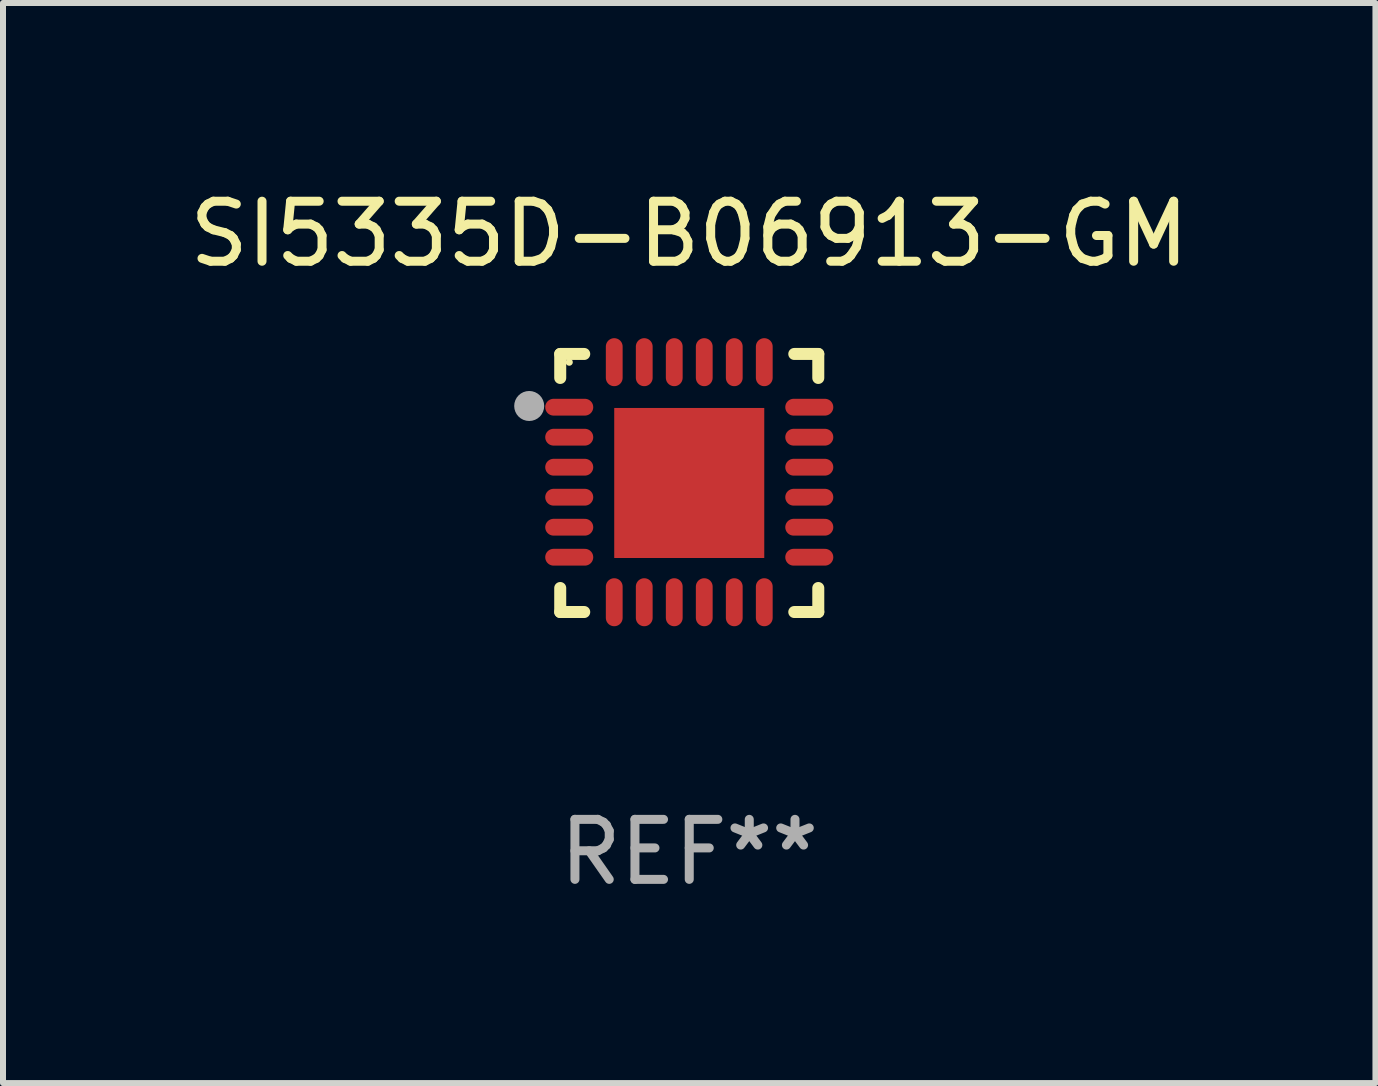
<source format=kicad_pcb>
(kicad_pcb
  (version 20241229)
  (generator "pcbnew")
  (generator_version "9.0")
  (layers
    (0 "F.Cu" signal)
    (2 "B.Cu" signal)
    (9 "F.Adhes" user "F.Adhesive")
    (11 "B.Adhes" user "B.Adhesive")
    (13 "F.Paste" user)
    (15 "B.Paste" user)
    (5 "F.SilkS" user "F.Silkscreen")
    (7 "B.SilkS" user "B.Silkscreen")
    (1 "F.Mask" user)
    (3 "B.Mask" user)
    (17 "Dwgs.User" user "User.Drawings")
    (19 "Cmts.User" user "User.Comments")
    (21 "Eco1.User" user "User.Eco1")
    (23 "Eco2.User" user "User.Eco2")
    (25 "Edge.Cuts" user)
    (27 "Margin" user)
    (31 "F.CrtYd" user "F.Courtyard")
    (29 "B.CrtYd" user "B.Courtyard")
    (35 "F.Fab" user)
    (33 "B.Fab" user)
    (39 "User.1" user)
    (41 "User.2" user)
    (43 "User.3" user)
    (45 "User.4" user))
  (footprint "SI5335D-B06913-GM"
    (layer "F.Cu")
    (at 8.435 4.998)
    (property "Reference" "SI5335D-B06913-GM" (at 0 -4.15 0) (layer "F.SilkS") (effects (font (size 1 1) (thickness 0.15))))
    (attr through_hole)
    (fp_line (start -2.15 -2.15) (end -1.75 -2.15) (stroke (width 0.2) (type solid)) (layer "F.SilkS"))
    (fp_line (start -2.15 -1.75) (end -2.15 -2.15) (stroke (width 0.2) (type solid)) (layer "F.SilkS"))
    (fp_line (start -2.15 2.15) (end -2.15 1.75) (stroke (width 0.2) (type solid)) (layer "F.SilkS"))
    (fp_line (start -1.75 2.15) (end -2.15 2.15) (stroke (width 0.2) (type solid)) (layer "F.SilkS"))
    (fp_line (start 1.75 -2.15) (end 2.15 -2.15) (stroke (width 0.2) (type solid)) (layer "F.SilkS"))
    (fp_line (start 1.75 2.15) (end 2.15 2.15) (stroke (width 0.2) (type solid)) (layer "F.SilkS"))
    (fp_line (start 2.15 -2.15) (end 2.15 -1.75) (stroke (width 0.2) (type solid)) (layer "F.SilkS"))
    (fp_line (start 2.15 2.15) (end 2.15 1.75) (stroke (width 0.2) (type solid)) (layer "F.SilkS"))
    (fp_circle (center -2 -2.013) (end -1.97 -2.013) (stroke (width 0.06) (type solid)) (fill no) (layer "F.SilkS"))
    (fp_circle (center -2.667 -1.283) (end -2.542 -1.283) (stroke (width 0.25) (type solid)) (fill no) (layer "F.Fab"))
    (fp_text user "REF**" (at 0 6.15 0) (layer "F.Fab") (effects (font (size 1 1) (thickness 0.15))))
    (pad "1" smd oval (at -2 -1.263) (size 0.8 0.28) (layers "F.Cu" "F.Mask" "F.Paste"))
    (pad "2" smd oval (at -2 -0.763) (size 0.8 0.28) (layers "F.Cu" "F.Mask" "F.Paste"))
    (pad "3" smd oval (at -2 -0.263) (size 0.8 0.28) (layers "F.Cu" "F.Mask" "F.Paste"))
    (pad "4" smd oval (at -2 0.237) (size 0.8 0.28) (layers "F.Cu" "F.Mask" "F.Paste"))
    (pad "5" smd oval (at -2 0.737) (size 0.8 0.28) (layers "F.Cu" "F.Mask" "F.Paste"))
    (pad "6" smd oval (at -2 1.237) (size 0.8 0.28) (layers "F.Cu" "F.Mask" "F.Paste"))
    (pad "7" smd oval (at -1.25 1.987) (size 0.28 0.8) (layers "F.Cu" "F.Mask" "F.Paste"))
    (pad "8" smd oval (at -0.75 1.987) (size 0.28 0.8) (layers "F.Cu" "F.Mask" "F.Paste"))
    (pad "9" smd oval (at -0.25 1.987) (size 0.28 0.8) (layers "F.Cu" "F.Mask" "F.Paste"))
    (pad "10" smd oval (at 0.25 1.987) (size 0.28 0.8) (layers "F.Cu" "F.Mask" "F.Paste"))
    (pad "11" smd oval (at 0.75 1.987) (size 0.28 0.8) (layers "F.Cu" "F.Mask" "F.Paste"))
    (pad "12" smd oval (at 1.25 1.987) (size 0.28 0.8) (layers "F.Cu" "F.Mask" "F.Paste"))
    (pad "13" smd oval (at 2 1.237) (size 0.8 0.28) (layers "F.Cu" "F.Mask" "F.Paste"))
    (pad "14" smd oval (at 2 0.737) (size 0.8 0.28) (layers "F.Cu" "F.Mask" "F.Paste"))
    (pad "15" smd oval (at 2 0.237) (size 0.8 0.28) (layers "F.Cu" "F.Mask" "F.Paste"))
    (pad "16" smd oval (at 2 -0.263) (size 0.8 0.28) (layers "F.Cu" "F.Mask" "F.Paste"))
    (pad "17" smd oval (at 2 -0.763) (size 0.8 0.28) (layers "F.Cu" "F.Mask" "F.Paste"))
    (pad "18" smd oval (at 2 -1.263) (size 0.8 0.28) (layers "F.Cu" "F.Mask" "F.Paste"))
    (pad "19" smd oval (at 1.25 -2.013) (size 0.28 0.8) (layers "F.Cu" "F.Mask" "F.Paste"))
    (pad "20" smd oval (at 0.75 -2.013) (size 0.28 0.8) (layers "F.Cu" "F.Mask" "F.Paste"))
    (pad "21" smd oval (at 0.25 -2.013) (size 0.28 0.8) (layers "F.Cu" "F.Mask" "F.Paste"))
    (pad "22" smd oval (at -0.25 -2.013) (size 0.28 0.8) (layers "F.Cu" "F.Mask" "F.Paste"))
    (pad "23" smd oval (at -0.75 -2.013) (size 0.28 0.8) (layers "F.Cu" "F.Mask" "F.Paste"))
    (pad "24" smd oval (at -1.25 -2.013) (size 0.28 0.8) (layers "F.Cu" "F.Mask" "F.Paste"))
    (pad "25" smd rect (at -0.000127 -0.00014) (size 2.5 2.5) (layers "F.Cu" "F.Mask" "F.Paste")))
  (gr_rect
    (start -3 -3)
    (end 19.869 14.997)
    (stroke (width 0.1) (type default))
    (fill no)
    (layer "Edge.Cuts")))
</source>
